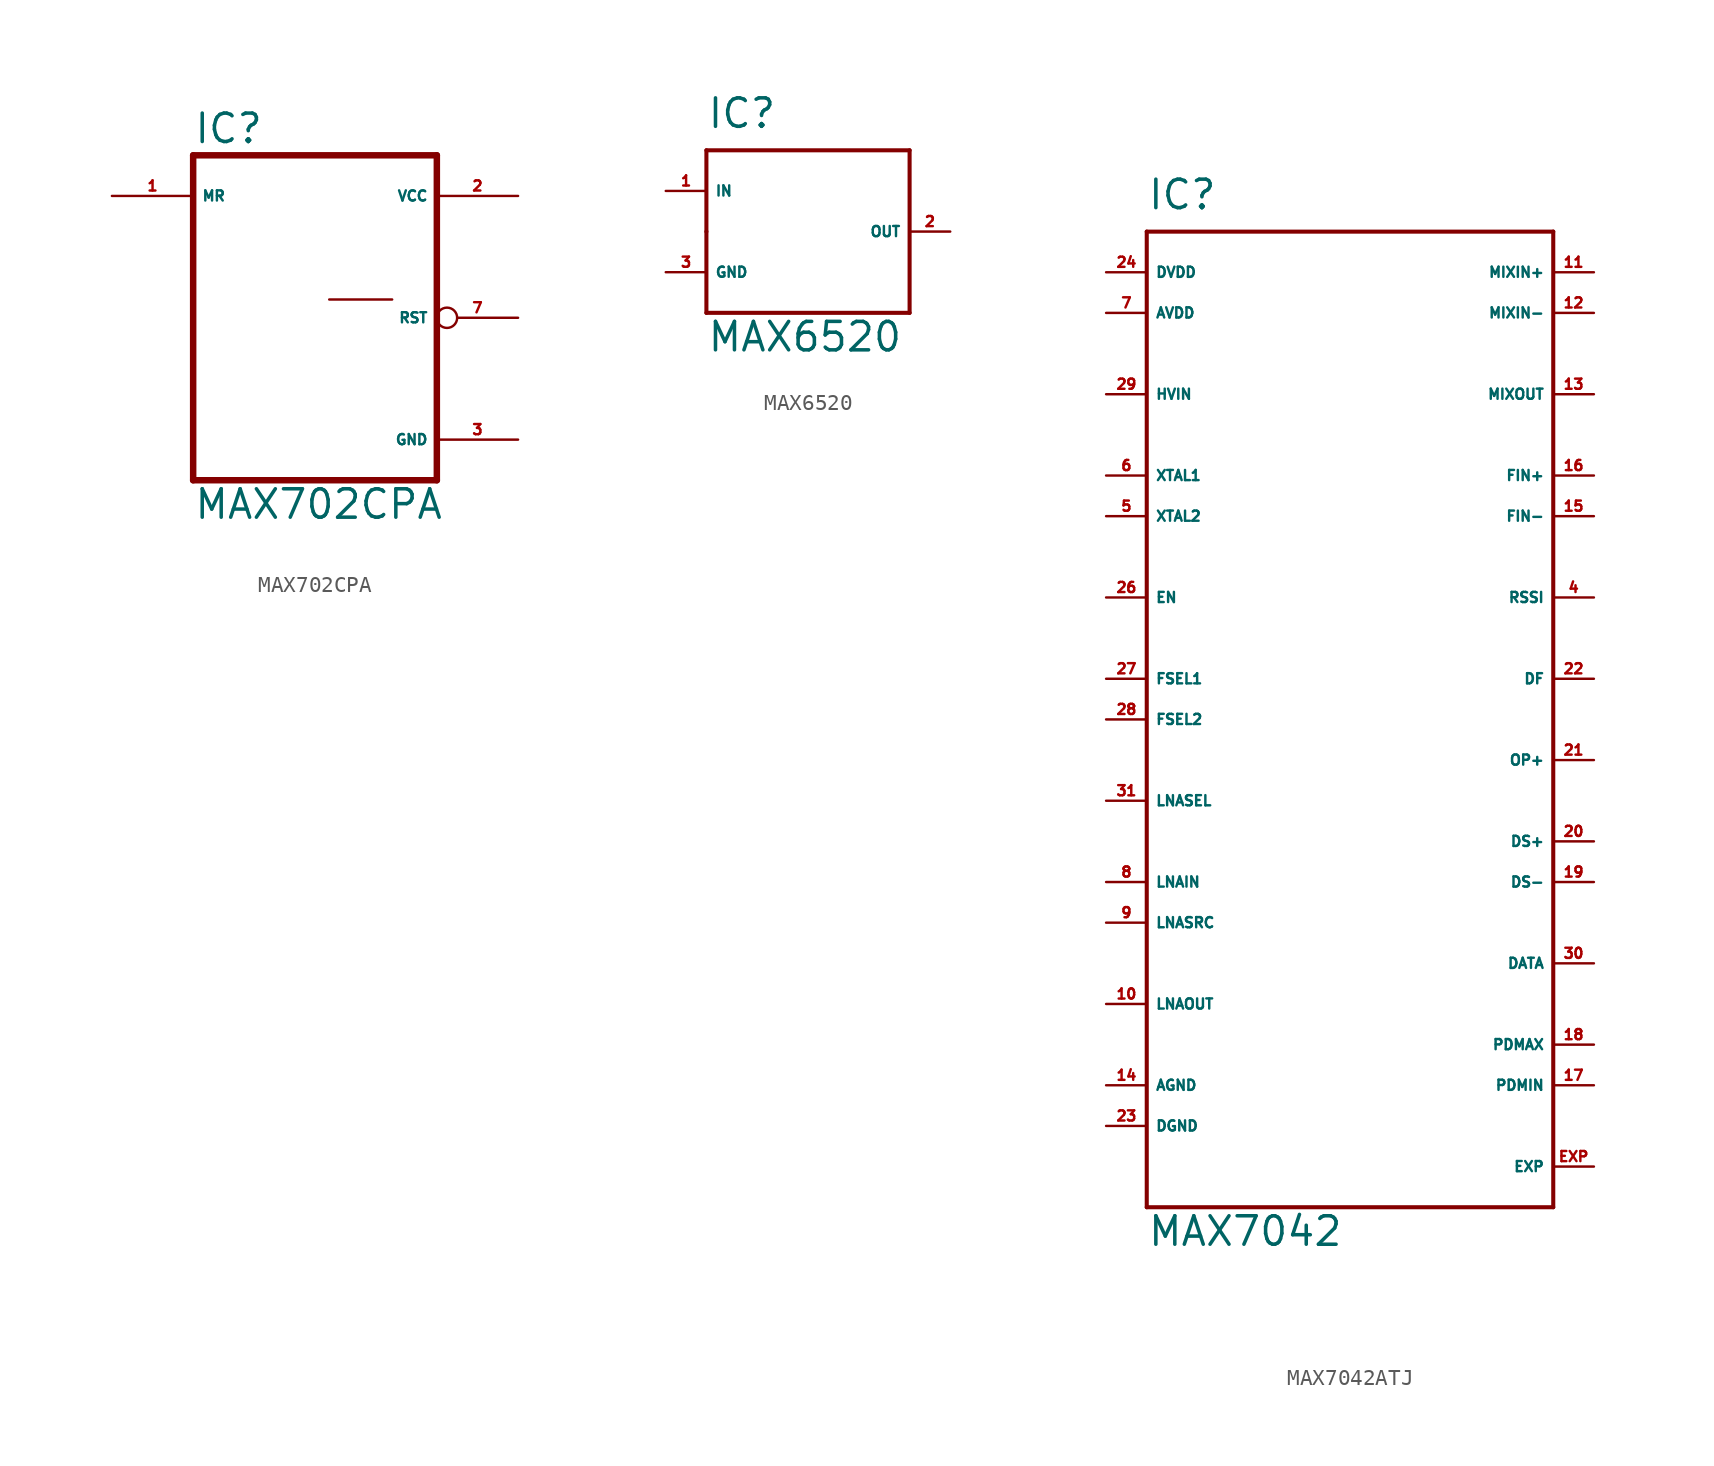
<source format=kicad_sym>
(kicad_symbol_lib
  (version 20220914)
  (generator Eagle2Kicad)
  (symbol "MAX702CPA"
    (property "Reference" "IC"
      (at -7.62 10.795 0)
      (effects (font (size 1.778 1.778) (thickness 0.22)) (justify left bottom)))
    (property "Value" "MAX702CPA"
      (at -7.62 -12.7 0)
      (effects (font (size 1.778 1.778) (thickness 0.22)) (justify left bottom)))
    (polyline
      (pts (xy 7.62 -10.16) (xy -7.62 -10.16))
      (stroke (width 0.406) (type default))
      (fill (type none)))
    (polyline
      (pts (xy -7.62 10.16) (xy -7.62 -10.16))
      (stroke (width 0.406) (type default))
      (fill (type none)))
    (polyline
      (pts (xy -7.62 10.16) (xy 7.62 10.16))
      (stroke (width 0.406) (type default))
      (fill (type none)))
    (polyline
      (pts (xy 7.62 -10.16) (xy 7.62 10.16))
      (stroke (width 0.406) (type default))
      (fill (type none)))
    (polyline
      (pts (xy 0.889 1.143) (xy 4.826 1.143))
      (stroke (width 0.152) (type default))
      (fill (type none)))
    (pin unspecified line
      (at 12.7 -7.62 180)
      (length 5.08)
      (name "GND" (effects (font (size 0.635 0.635) (thickness 0.08)) (justify left bottom)))
      (number "3" (effects (font (size 0.635 0.635) (thickness 0.08)) (justify left bottom))))
    (pin output inverted
      (at 12.7 0 180)
      (length 5.08)
      (name "RST" (effects (font (size 0.635 0.635) (thickness 0.08)) (justify left bottom)))
      (number "7" (effects (font (size 0.635 0.635) (thickness 0.08)) (justify left bottom))))
    (pin unspecified line
      (at 12.7 7.62 180)
      (length 5.08)
      (name "VCC" (effects (font (size 0.635 0.635) (thickness 0.08)) (justify left bottom)))
      (number "2" (effects (font (size 0.635 0.635) (thickness 0.08)) (justify left bottom))))
    (pin input line
      (at -12.7 7.62 0)
      (length 5.08)
      (name "MR" (effects (font (size 0.635 0.635) (thickness 0.08)) (justify left bottom)))
      (number "1" (effects (font (size 0.635 0.635) (thickness 0.08)) (justify left bottom)))))
  (symbol "MAX6520"
    (property "Reference" "IC"
      (at -5.08 6.35 0)
      (effects (font (size 1.778 1.778) (thickness 0.22)) (justify left bottom)))
    (property "Value" "MAX6520"
      (at -5.08 -7.62 0)
      (effects (font (size 1.778 1.778) (thickness 0.22)) (justify left bottom)))
    (polyline
      (pts (xy -5.08 5.08) (xy 7.62 5.08))
      (stroke (width 0.254) (type default))
      (fill (type none)))
    (polyline
      (pts (xy 7.62 5.08) (xy 7.62 -5.08))
      (stroke (width 0.254) (type default))
      (fill (type none)))
    (polyline
      (pts (xy 7.62 -5.08) (xy -5.08 -5.08))
      (stroke (width 0.254) (type default))
      (fill (type none)))
    (polyline
      (pts (xy -5.08 -5.08) (xy -5.08 0))
      (stroke (width 0.254) (type default))
      (fill (type none)))
    (polyline
      (pts (xy -5.08 0) (xy -5.08 5.08))
      (stroke (width 0.254) (type default))
      (fill (type none)))
    (pin input line
      (at -7.62 2.54 0)
      (length 2.54)
      (name "IN" (effects (font (size 0.635 0.635) (thickness 0.08)) (justify left bottom)))
      (number "1" (effects (font (size 0.635 0.635) (thickness 0.08)) (justify left bottom))))
    (pin unspecified line
      (at -7.62 -2.54 0)
      (length 2.54)
      (name "GND" (effects (font (size 0.635 0.635) (thickness 0.08)) (justify left bottom)))
      (number "3" (effects (font (size 0.635 0.635) (thickness 0.08)) (justify left bottom))))
    (pin output line
      (at 10.16 0 180)
      (length 2.54)
      (name "OUT" (effects (font (size 0.635 0.635) (thickness 0.08)) (justify left bottom)))
      (number "2" (effects (font (size 0.635 0.635) (thickness 0.08)) (justify left bottom)))))
  (symbol "MAX7042ATJ"
    (property "Reference" "IC"
      (at -12.7 31.75 0)
      (effects (font (size 1.778 1.778) (thickness 0.22)) (justify left bottom)))
    (property "Value" "MAX7042"
      (at -12.7 -33.02 0)
      (effects (font (size 1.778 1.778) (thickness 0.22)) (justify left bottom)))
    (polyline
      (pts (xy -12.7 30.48) (xy 12.7 30.48))
      (stroke (width 0.254) (type default))
      (fill (type none)))
    (polyline
      (pts (xy 12.7 30.48) (xy 12.7 -30.48))
      (stroke (width 0.254) (type default))
      (fill (type none)))
    (polyline
      (pts (xy 12.7 -30.48) (xy -12.7 -30.48))
      (stroke (width 0.254) (type default))
      (fill (type none)))
    (polyline
      (pts (xy -12.7 -30.48) (xy -12.7 30.48))
      (stroke (width 0.254) (type default))
      (fill (type none)))
    (pin input line
      (at -15.24 -10.16 0)
      (length 2.54)
      (name "LNAIN" (effects (font (size 0.635 0.635) (thickness 0.08)) (justify left bottom)))
      (number "8" (effects (font (size 0.635 0.635) (thickness 0.08)) (justify left bottom))))
    (pin input line
      (at -15.24 -12.7 0)
      (length 2.54)
      (name "LNASRC" (effects (font (size 0.635 0.635) (thickness 0.08)) (justify left bottom)))
      (number "9" (effects (font (size 0.635 0.635) (thickness 0.08)) (justify left bottom))))
    (pin unspecified line
      (at -15.24 -22.86 0)
      (length 2.54)
      (name "AGND" (effects (font (size 0.635 0.635) (thickness 0.08)) (justify left bottom)))
      (number "14" (effects (font (size 0.635 0.635) (thickness 0.08)) (justify left bottom))))
    (pin input line
      (at -15.24 15.24 0)
      (length 2.54)
      (name "XTAL1" (effects (font (size 0.635 0.635) (thickness 0.08)) (justify left bottom)))
      (number "6" (effects (font (size 0.635 0.635) (thickness 0.08)) (justify left bottom))))
    (pin input line
      (at -15.24 12.7 0)
      (length 2.54)
      (name "XTAL2" (effects (font (size 0.635 0.635) (thickness 0.08)) (justify left bottom)))
      (number "5" (effects (font (size 0.635 0.635) (thickness 0.08)) (justify left bottom))))
    (pin input line
      (at -15.24 7.62 0)
      (length 2.54)
      (name "EN" (effects (font (size 0.635 0.635) (thickness 0.08)) (justify left bottom)))
      (number "26" (effects (font (size 0.635 0.635) (thickness 0.08)) (justify left bottom))))
    (pin unspecified line
      (at -15.24 27.94 0)
      (length 2.54)
      (name "DVDD" (effects (font (size 0.635 0.635) (thickness 0.08)) (justify left bottom)))
      (number "24" (effects (font (size 0.635 0.635) (thickness 0.08)) (justify left bottom))))
    (pin unspecified line
      (at -15.24 -25.4 0)
      (length 2.54)
      (name "DGND" (effects (font (size 0.635 0.635) (thickness 0.08)) (justify left bottom)))
      (number "23" (effects (font (size 0.635 0.635) (thickness 0.08)) (justify left bottom))))
    (pin input line
      (at -15.24 20.32 0)
      (length 2.54)
      (name "HVIN" (effects (font (size 0.635 0.635) (thickness 0.08)) (justify left bottom)))
      (number "29" (effects (font (size 0.635 0.635) (thickness 0.08)) (justify left bottom))))
    (pin unspecified line
      (at -15.24 25.4 0)
      (length 2.54)
      (name "AVDD" (effects (font (size 0.635 0.635) (thickness 0.08)) (justify left bottom)))
      (number "7" (effects (font (size 0.635 0.635) (thickness 0.08)) (justify left bottom))))
    (pin output line
      (at 15.24 -15.24 180)
      (length 2.54)
      (name "DATA" (effects (font (size 0.635 0.635) (thickness 0.08)) (justify left bottom)))
      (number "30" (effects (font (size 0.635 0.635) (thickness 0.08)) (justify left bottom))))
    (pin input line
      (at 15.24 -10.16 180)
      (length 2.54)
      (name "DS-" (effects (font (size 0.635 0.635) (thickness 0.08)) (justify left bottom)))
      (number "19" (effects (font (size 0.635 0.635) (thickness 0.08)) (justify left bottom))))
    (pin output line
      (at 15.24 -20.32 180)
      (length 2.54)
      (name "PDMAX" (effects (font (size 0.635 0.635) (thickness 0.08)) (justify left bottom)))
      (number "18" (effects (font (size 0.635 0.635) (thickness 0.08)) (justify left bottom))))
    (pin output line
      (at 15.24 -22.86 180)
      (length 2.54)
      (name "PDMIN" (effects (font (size 0.635 0.635) (thickness 0.08)) (justify left bottom)))
      (number "17" (effects (font (size 0.635 0.635) (thickness 0.08)) (justify left bottom))))
    (pin input line
      (at 15.24 -7.62 180)
      (length 2.54)
      (name "DS+" (effects (font (size 0.635 0.635) (thickness 0.08)) (justify left bottom)))
      (number "20" (effects (font (size 0.635 0.635) (thickness 0.08)) (justify left bottom))))
    (pin input line
      (at 15.24 -2.54 180)
      (length 2.54)
      (name "OP+" (effects (font (size 0.635 0.635) (thickness 0.08)) (justify left bottom)))
      (number "21" (effects (font (size 0.635 0.635) (thickness 0.08)) (justify left bottom))))
    (pin input line
      (at 15.24 2.54 180)
      (length 2.54)
      (name "DF" (effects (font (size 0.635 0.635) (thickness 0.08)) (justify left bottom)))
      (number "22" (effects (font (size 0.635 0.635) (thickness 0.08)) (justify left bottom))))
    (pin input line
      (at -15.24 -5.08 0)
      (length 2.54)
      (name "LNASEL" (effects (font (size 0.635 0.635) (thickness 0.08)) (justify left bottom)))
      (number "31" (effects (font (size 0.635 0.635) (thickness 0.08)) (justify left bottom))))
    (pin input line
      (at -15.24 0 0)
      (length 2.54)
      (name "FSEL2" (effects (font (size 0.635 0.635) (thickness 0.08)) (justify left bottom)))
      (number "28" (effects (font (size 0.635 0.635) (thickness 0.08)) (justify left bottom))))
    (pin input line
      (at -15.24 2.54 0)
      (length 2.54)
      (name "FSEL1" (effects (font (size 0.635 0.635) (thickness 0.08)) (justify left bottom)))
      (number "27" (effects (font (size 0.635 0.635) (thickness 0.08)) (justify left bottom))))
    (pin output line
      (at 15.24 7.62 180)
      (length 2.54)
      (name "RSSI" (effects (font (size 0.635 0.635) (thickness 0.08)) (justify left bottom)))
      (number "4" (effects (font (size 0.635 0.635) (thickness 0.08)) (justify left bottom))))
    (pin input line
      (at 15.24 15.24 180)
      (length 2.54)
      (name "FIN+" (effects (font (size 0.635 0.635) (thickness 0.08)) (justify left bottom)))
      (number "16" (effects (font (size 0.635 0.635) (thickness 0.08)) (justify left bottom))))
    (pin input line
      (at 15.24 12.7 180)
      (length 2.54)
      (name "FIN-" (effects (font (size 0.635 0.635) (thickness 0.08)) (justify left bottom)))
      (number "15" (effects (font (size 0.635 0.635) (thickness 0.08)) (justify left bottom))))
    (pin input line
      (at 15.24 27.94 180)
      (length 2.54)
      (name "MIXIN+" (effects (font (size 0.635 0.635) (thickness 0.08)) (justify left bottom)))
      (number "11" (effects (font (size 0.635 0.635) (thickness 0.08)) (justify left bottom))))
    (pin input line
      (at 15.24 25.4 180)
      (length 2.54)
      (name "MIXIN-" (effects (font (size 0.635 0.635) (thickness 0.08)) (justify left bottom)))
      (number "12" (effects (font (size 0.635 0.635) (thickness 0.08)) (justify left bottom))))
    (pin output line
      (at 15.24 20.32 180)
      (length 2.54)
      (name "MIXOUT" (effects (font (size 0.635 0.635) (thickness 0.08)) (justify left bottom)))
      (number "13" (effects (font (size 0.635 0.635) (thickness 0.08)) (justify left bottom))))
    (pin input line
      (at -15.24 -17.78 0)
      (length 2.54)
      (name "LNAOUT" (effects (font (size 0.635 0.635) (thickness 0.08)) (justify left bottom)))
      (number "10" (effects (font (size 0.635 0.635) (thickness 0.08)) (justify left bottom))))
    (pin passive line
      (at 15.24 -27.94 180)
      (length 2.54)
      (name "EXP" (effects (font (size 0.635 0.635) (thickness 0.08)) (justify left bottom)))
      (number "EXP" (effects (font (size 0.635 0.635) (thickness 0.08)) (justify left bottom))))))
</source>
